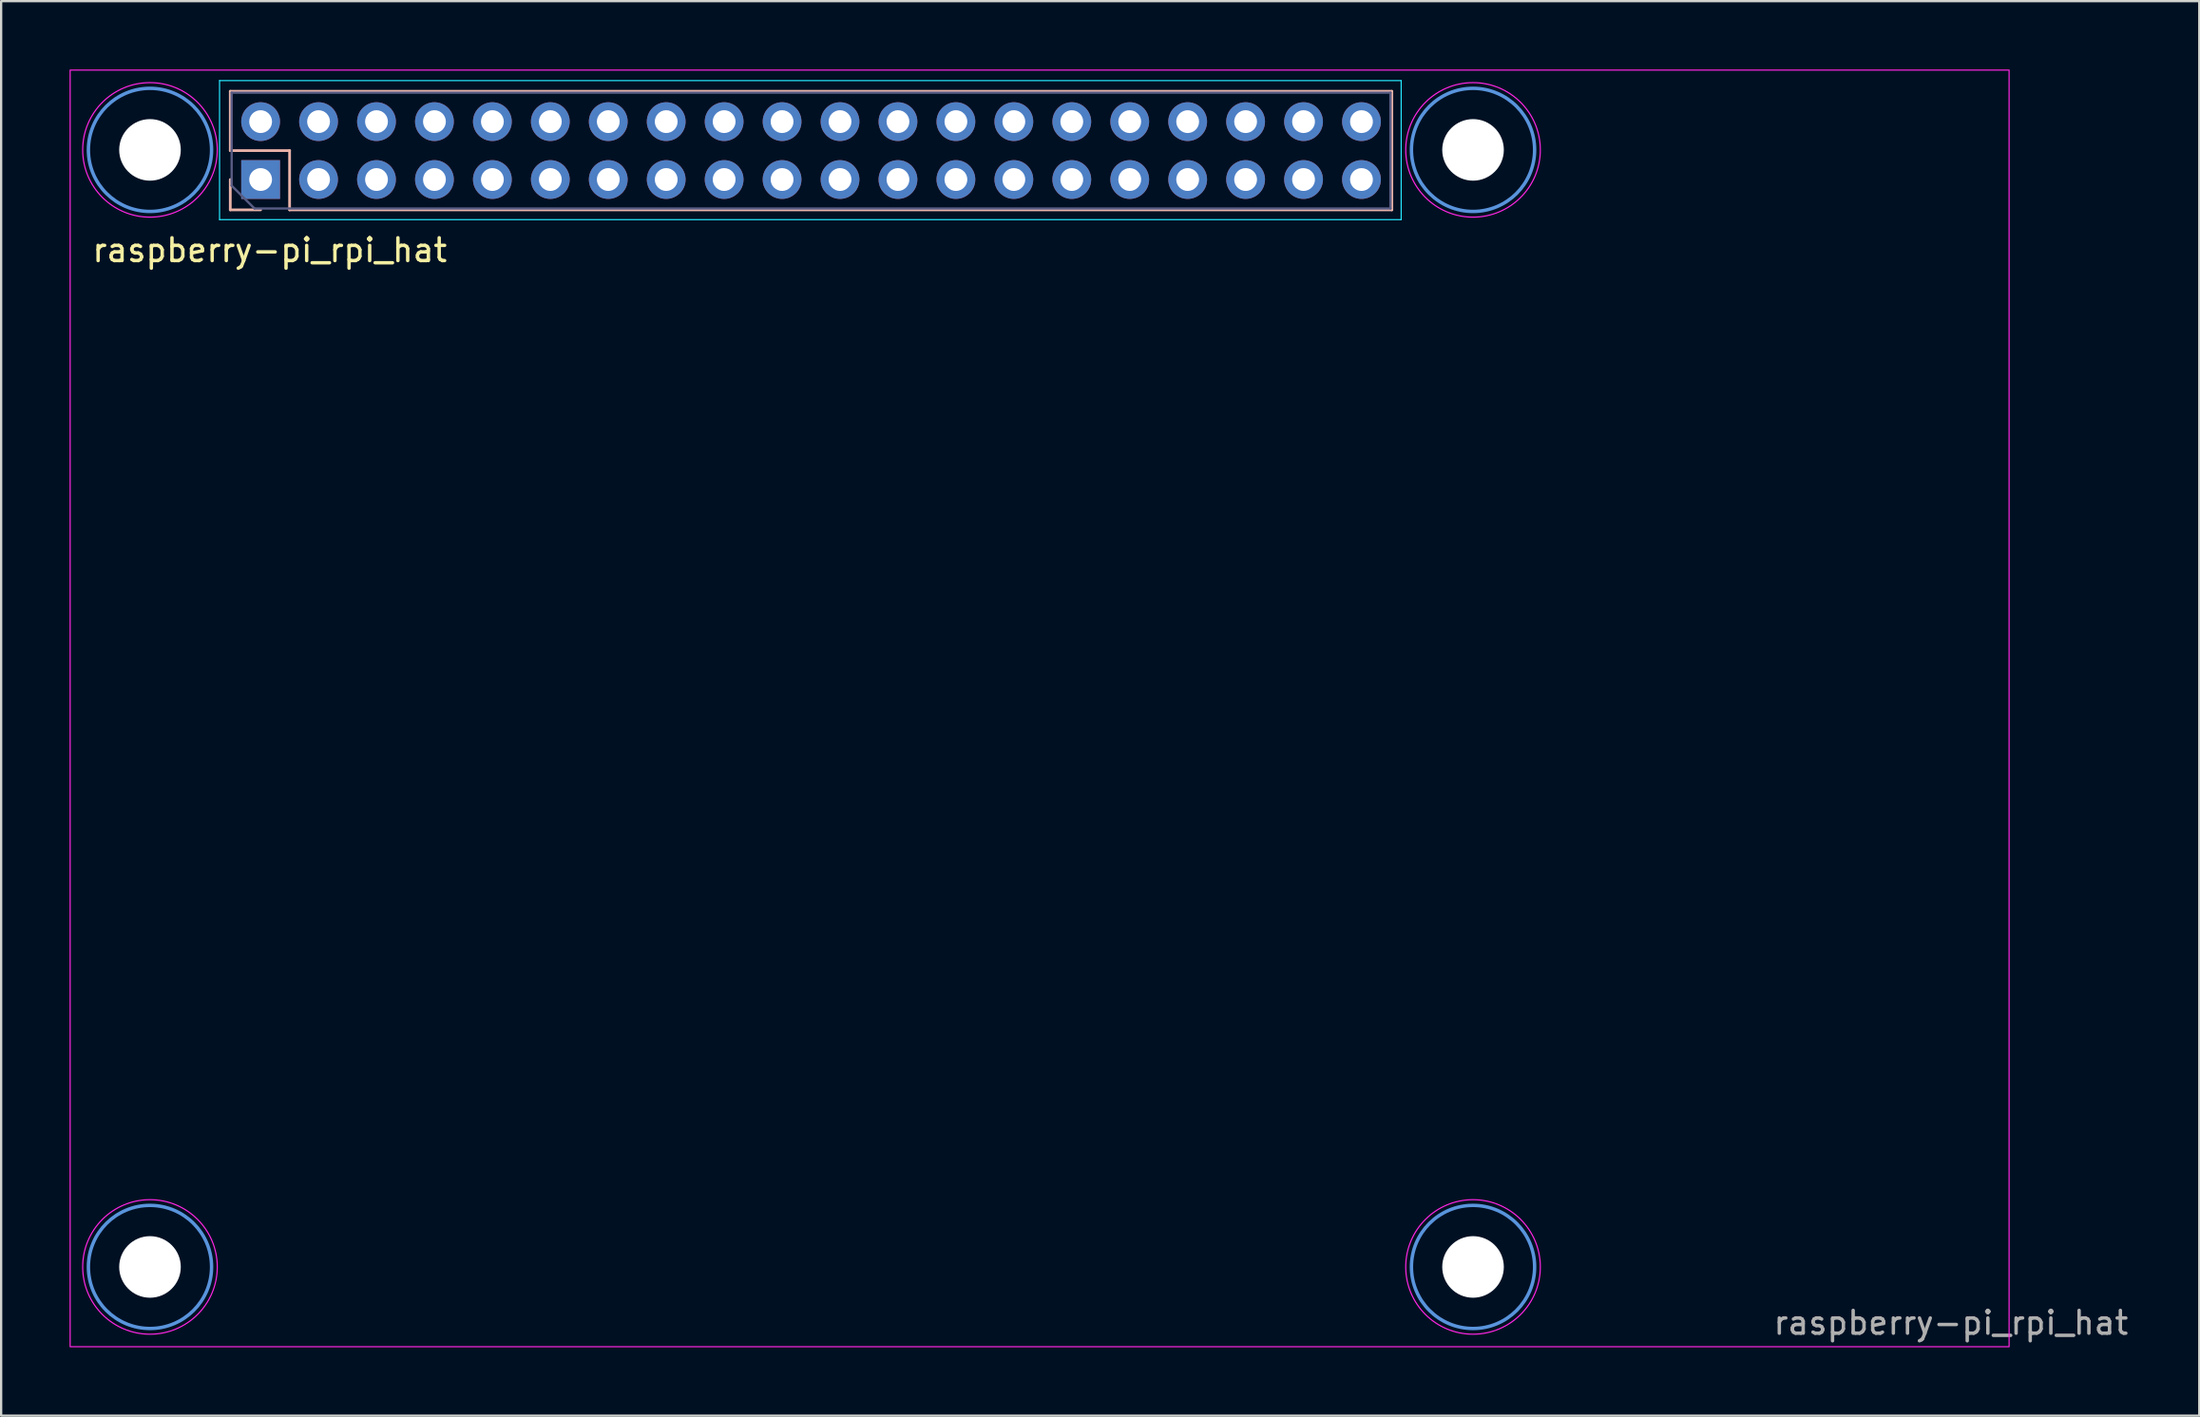
<source format=kicad_pcb>
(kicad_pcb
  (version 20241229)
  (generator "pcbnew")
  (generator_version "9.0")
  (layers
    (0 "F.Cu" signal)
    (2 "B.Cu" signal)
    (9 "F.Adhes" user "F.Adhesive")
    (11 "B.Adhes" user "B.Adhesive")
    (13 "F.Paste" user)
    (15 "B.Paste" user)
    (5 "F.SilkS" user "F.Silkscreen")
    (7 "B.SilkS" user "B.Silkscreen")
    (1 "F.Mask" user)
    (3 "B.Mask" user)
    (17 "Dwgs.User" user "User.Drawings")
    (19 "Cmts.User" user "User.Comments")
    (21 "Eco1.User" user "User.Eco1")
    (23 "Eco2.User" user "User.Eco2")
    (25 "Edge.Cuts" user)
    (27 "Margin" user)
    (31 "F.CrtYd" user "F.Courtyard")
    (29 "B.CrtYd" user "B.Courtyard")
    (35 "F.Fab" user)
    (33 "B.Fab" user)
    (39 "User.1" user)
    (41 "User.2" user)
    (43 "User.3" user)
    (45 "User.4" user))
  (footprint "raspberry-pi_rpi_hat"
    (layer "F.Cu")
    (at 42.575 28.225)
    (property "Reference" "raspberry-pi_rpi_hat" (at -33.8 -20.3 0) (unlocked yes) (layer "F.SilkS") (effects (font (size 1 1) (thickness 0.15))))
    (attr through_hole)
    (fp_line (start -35.53 -27.27) (end -35.53 -24.67) (stroke (width 0.12) (type solid)) (layer "B.SilkS"))
    (fp_line (start -35.53 -27.27) (end 15.39 -27.27) (stroke (width 0.12) (type solid)) (layer "B.SilkS"))
    (fp_line (start -35.53 -24.67) (end -32.93 -24.67) (stroke (width 0.12) (type solid)) (layer "B.SilkS"))
    (fp_line (start -35.53 -23.4) (end -35.53 -22.07) (stroke (width 0.12) (type solid)) (layer "B.SilkS"))
    (fp_line (start -35.53 -22.07) (end -34.2 -22.07) (stroke (width 0.12) (type solid)) (layer "B.SilkS"))
    (fp_line (start -32.93 -24.67) (end -32.93 -22.07) (stroke (width 0.12) (type solid)) (layer "B.SilkS"))
    (fp_line (start -32.93 -22.07) (end 15.39 -22.07) (stroke (width 0.12) (type solid)) (layer "B.SilkS"))
    (fp_line (start 15.39 -27.27) (end 15.39 -22.07) (stroke (width 0.12) (type solid)) (layer "B.SilkS"))
    (fp_circle (center -39.05 -24.7) (end -36.35 -24.7) (stroke (width 0.15) (type solid)) (fill no) (layer "Cmts.User"))
    (fp_circle (center -39.05 24.3) (end -36.35 24.3) (stroke (width 0.15) (type solid)) (fill no) (layer "Cmts.User"))
    (fp_circle (center 18.95 -24.7) (end 21.65 -24.7) (stroke (width 0.15) (type solid)) (fill no) (layer "Cmts.User"))
    (fp_circle (center 18.95 24.3) (end 21.65 24.3) (stroke (width 0.15) (type solid)) (fill no) (layer "Cmts.User"))
    (fp_line (start -36 -27.74) (end -36 -21.64) (stroke (width 0.05) (type solid)) (layer "B.CrtYd"))
    (fp_line (start -36 -21.64) (end 15.8 -21.64) (stroke (width 0.05) (type solid)) (layer "B.CrtYd"))
    (fp_line (start 15.8 -27.74) (end -36 -27.74) (stroke (width 0.05) (type solid)) (layer "B.CrtYd"))
    (fp_line (start 15.8 -21.64) (end 15.8 -27.74) (stroke (width 0.05) (type solid)) (layer "B.CrtYd"))
    (fp_rect (start -42.55 -28.2) (end 42.45 27.8) (stroke (width 0.05) (type solid)) (fill no) (layer "F.CrtYd"))
    (fp_circle (center -39.05 -24.7) (end -36.1 -24.7) (stroke (width 0.05) (type solid)) (fill no) (layer "F.CrtYd"))
    (fp_circle (center -39.05 24.3) (end -36.1 24.3) (stroke (width 0.05) (type solid)) (fill no) (layer "F.CrtYd"))
    (fp_circle (center 18.95 -24.7) (end 21.9 -24.7) (stroke (width 0.05) (type solid)) (fill no) (layer "F.CrtYd"))
    (fp_circle (center 18.95 24.3) (end 21.9 24.3) (stroke (width 0.05) (type solid)) (fill no) (layer "F.CrtYd"))
    (fp_line (start -35.47 -27.21) (end -35.47 -23.13) (stroke (width 0.1) (type solid)) (layer "B.Fab"))
    (fp_line (start -35.47 -23.13) (end -34.47 -22.13) (stroke (width 0.1) (type solid)) (layer "B.Fab"))
    (fp_line (start -34.47 -22.13) (end 15.33 -22.13) (stroke (width 0.1) (type solid)) (layer "B.Fab"))
    (fp_line (start 15.33 -27.21) (end -35.47 -27.21) (stroke (width 0.1) (type solid)) (layer "B.Fab"))
    (fp_line (start 15.33 -22.13) (end 15.33 -27.21) (stroke (width 0.1) (type solid)) (layer "B.Fab"))
    (fp_text user "${REFERENCE}" (at 39.9 26.75 0) (unlocked yes) (layer "F.Fab") (effects (font (size 1 1) (thickness 0.15))))
    (pad "" np_thru_hole circle (at -39.05 -24.7) (size 2.7 2.7) (drill 2.7) (layers "*.Cu" "*.Mask"))
    (pad "" np_thru_hole circle (at -39.05 24.3) (size 2.7 2.7) (drill 2.7) (layers "*.Cu" "*.Mask"))
    (pad "" np_thru_hole circle (at 18.95 -24.7) (size 2.7 2.7) (drill 2.7) (layers "*.Cu" "*.Mask"))
    (pad "" np_thru_hole circle (at 18.95 24.3) (size 2.7 2.7) (drill 2.7) (layers "*.Cu" "*.Mask"))
    (pad "1" thru_hole rect (at -34.2 -23.4 90) (size 1.7 1.7) (drill 1) (layers "*.Cu" "*.Mask"))
    (pad "2" thru_hole oval (at -34.2 -25.94 90) (size 1.7 1.7) (drill 1) (layers "*.Cu" "*.Mask"))
    (pad "3" thru_hole oval (at -31.66 -23.4 90) (size 1.7 1.7) (drill 1) (layers "*.Cu" "*.Mask"))
    (pad "4" thru_hole oval (at -31.66 -25.94 90) (size 1.7 1.7) (drill 1) (layers "*.Cu" "*.Mask"))
    (pad "5" thru_hole oval (at -29.12 -23.4 90) (size 1.7 1.7) (drill 1) (layers "*.Cu" "*.Mask"))
    (pad "6" thru_hole oval (at -29.12 -25.94 90) (size 1.7 1.7) (drill 1) (layers "*.Cu" "*.Mask"))
    (pad "7" thru_hole oval (at -26.58 -23.4 90) (size 1.7 1.7) (drill 1) (layers "*.Cu" "*.Mask"))
    (pad "8" thru_hole oval (at -26.58 -25.94 90) (size 1.7 1.7) (drill 1) (layers "*.Cu" "*.Mask"))
    (pad "9" thru_hole oval (at -24.04 -23.4 90) (size 1.7 1.7) (drill 1) (layers "*.Cu" "*.Mask"))
    (pad "10" thru_hole oval (at -24.04 -25.94 90) (size 1.7 1.7) (drill 1) (layers "*.Cu" "*.Mask"))
    (pad "11" thru_hole oval (at -21.5 -23.4 90) (size 1.7 1.7) (drill 1) (layers "*.Cu" "*.Mask"))
    (pad "12" thru_hole oval (at -21.5 -25.94 90) (size 1.7 1.7) (drill 1) (layers "*.Cu" "*.Mask"))
    (pad "13" thru_hole oval (at -18.96 -23.4 90) (size 1.7 1.7) (drill 1) (layers "*.Cu" "*.Mask"))
    (pad "14" thru_hole oval (at -18.96 -25.94 90) (size 1.7 1.7) (drill 1) (layers "*.Cu" "*.Mask"))
    (pad "15" thru_hole oval (at -16.42 -23.4 90) (size 1.7 1.7) (drill 1) (layers "*.Cu" "*.Mask"))
    (pad "16" thru_hole oval (at -16.42 -25.94 90) (size 1.7 1.7) (drill 1) (layers "*.Cu" "*.Mask"))
    (pad "17" thru_hole oval (at -13.88 -23.4 90) (size 1.7 1.7) (drill 1) (layers "*.Cu" "*.Mask"))
    (pad "18" thru_hole oval (at -13.88 -25.94 90) (size 1.7 1.7) (drill 1) (layers "*.Cu" "*.Mask"))
    (pad "19" thru_hole oval (at -11.34 -23.4 90) (size 1.7 1.7) (drill 1) (layers "*.Cu" "*.Mask"))
    (pad "20" thru_hole oval (at -11.34 -25.94 90) (size 1.7 1.7) (drill 1) (layers "*.Cu" "*.Mask"))
    (pad "21" thru_hole oval (at -8.8 -23.4 90) (size 1.7 1.7) (drill 1) (layers "*.Cu" "*.Mask"))
    (pad "22" thru_hole oval (at -8.8 -25.94 90) (size 1.7 1.7) (drill 1) (layers "*.Cu" "*.Mask"))
    (pad "23" thru_hole oval (at -6.26 -23.4 90) (size 1.7 1.7) (drill 1) (layers "*.Cu" "*.Mask"))
    (pad "24" thru_hole oval (at -6.26 -25.94 90) (size 1.7 1.7) (drill 1) (layers "*.Cu" "*.Mask"))
    (pad "25" thru_hole oval (at -3.72 -23.4 90) (size 1.7 1.7) (drill 1) (layers "*.Cu" "*.Mask"))
    (pad "26" thru_hole oval (at -3.72 -25.94 90) (size 1.7 1.7) (drill 1) (layers "*.Cu" "*.Mask"))
    (pad "27" thru_hole oval (at -1.18 -23.4 90) (size 1.7 1.7) (drill 1) (layers "*.Cu" "*.Mask"))
    (pad "28" thru_hole oval (at -1.18 -25.94 90) (size 1.7 1.7) (drill 1) (layers "*.Cu" "*.Mask"))
    (pad "29" thru_hole oval (at 1.36 -23.4 90) (size 1.7 1.7) (drill 1) (layers "*.Cu" "*.Mask"))
    (pad "30" thru_hole oval (at 1.36 -25.94 90) (size 1.7 1.7) (drill 1) (layers "*.Cu" "*.Mask"))
    (pad "31" thru_hole oval (at 3.9 -23.4 90) (size 1.7 1.7) (drill 1) (layers "*.Cu" "*.Mask"))
    (pad "32" thru_hole oval (at 3.9 -25.94 90) (size 1.7 1.7) (drill 1) (layers "*.Cu" "*.Mask"))
    (pad "33" thru_hole oval (at 6.44 -23.4 90) (size 1.7 1.7) (drill 1) (layers "*.Cu" "*.Mask"))
    (pad "34" thru_hole oval (at 6.44 -25.94 90) (size 1.7 1.7) (drill 1) (layers "*.Cu" "*.Mask"))
    (pad "35" thru_hole oval (at 8.98 -23.4 90) (size 1.7 1.7) (drill 1) (layers "*.Cu" "*.Mask"))
    (pad "36" thru_hole oval (at 8.98 -25.94 90) (size 1.7 1.7) (drill 1) (layers "*.Cu" "*.Mask"))
    (pad "37" thru_hole oval (at 11.52 -23.4 90) (size 1.7 1.7) (drill 1) (layers "*.Cu" "*.Mask"))
    (pad "38" thru_hole oval (at 11.52 -25.94 90) (size 1.7 1.7) (drill 1) (layers "*.Cu" "*.Mask"))
    (pad "39" thru_hole oval (at 14.06 -23.4 90) (size 1.7 1.7) (drill 1) (layers "*.Cu" "*.Mask"))
    (pad "40" thru_hole oval (at 14.06 -25.94 90) (size 1.7 1.7) (drill 1) (layers "*.Cu" "*.Mask")))
  (gr_rect
    (start -3 -3)
    (end 93.362 59.05)
    (stroke (width 0.1) (type default))
    (fill no)
    (layer "Edge.Cuts")))
</source>
